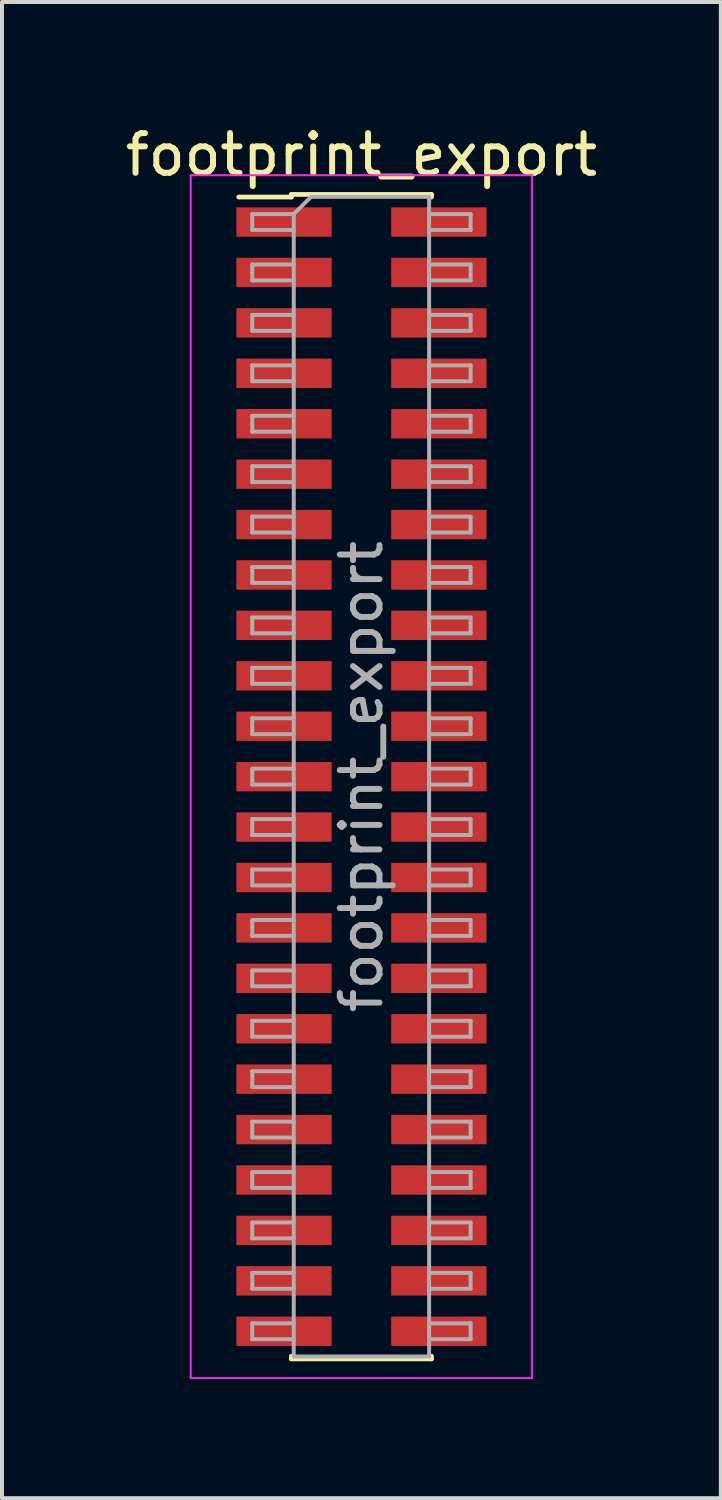
<source format=kicad_pcb>
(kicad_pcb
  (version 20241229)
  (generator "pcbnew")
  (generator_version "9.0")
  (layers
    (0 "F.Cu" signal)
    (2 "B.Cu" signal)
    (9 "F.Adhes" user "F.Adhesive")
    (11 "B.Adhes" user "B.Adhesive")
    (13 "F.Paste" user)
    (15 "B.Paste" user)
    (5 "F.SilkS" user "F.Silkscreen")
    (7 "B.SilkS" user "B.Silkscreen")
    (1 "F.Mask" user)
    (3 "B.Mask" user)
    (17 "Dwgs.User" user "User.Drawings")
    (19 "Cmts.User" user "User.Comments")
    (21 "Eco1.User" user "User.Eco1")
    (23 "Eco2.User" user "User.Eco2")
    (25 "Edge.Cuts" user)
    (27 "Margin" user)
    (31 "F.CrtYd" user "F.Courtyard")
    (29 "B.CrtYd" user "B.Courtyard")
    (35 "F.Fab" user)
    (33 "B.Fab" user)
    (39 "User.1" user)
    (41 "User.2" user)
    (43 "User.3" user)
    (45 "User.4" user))
  (footprint "footprint_export"
    (layer "F.Cu")
    (at 6.054 16.513)
    (property "Reference" "footprint_export" (at 0 -15.665 0) (layer "F.SilkS") (effects (font (size 1 1) (thickness 0.15))))
    (attr smd)
    (fp_line (start -3.09 -14.6) (end -1.765 -14.6) (stroke (width 0.12) (type solid)) (layer "F.SilkS"))
    (fp_line (start -1.765 -14.665) (end -1.765 -14.6) (stroke (width 0.12) (type solid)) (layer "F.SilkS"))
    (fp_line (start -1.765 -14.665) (end 1.765 -14.665) (stroke (width 0.12) (type solid)) (layer "F.SilkS"))
    (fp_line (start -1.765 14.6) (end -1.765 14.665) (stroke (width 0.12) (type solid)) (layer "F.SilkS"))
    (fp_line (start -1.765 14.665) (end 1.765 14.665) (stroke (width 0.12) (type solid)) (layer "F.SilkS"))
    (fp_line (start 1.765 -14.665) (end 1.765 -14.6) (stroke (width 0.12) (type solid)) (layer "F.SilkS"))
    (fp_line (start 1.765 14.6) (end 1.765 14.665) (stroke (width 0.12) (type solid)) (layer "F.SilkS"))
    (fp_line (start -4.3 -15.15) (end -4.3 15.15) (stroke (width 0.05) (type solid)) (layer "F.CrtYd"))
    (fp_line (start -4.3 15.15) (end 4.3 15.15) (stroke (width 0.05) (type solid)) (layer "F.CrtYd"))
    (fp_line (start 4.3 -15.15) (end -4.3 -15.15) (stroke (width 0.05) (type solid)) (layer "F.CrtYd"))
    (fp_line (start 4.3 15.15) (end 4.3 -15.15) (stroke (width 0.05) (type solid)) (layer "F.CrtYd"))
    (fp_line (start -2.75 -14.17) (end -2.75 -13.77) (stroke (width 0.1) (type solid)) (layer "F.Fab"))
    (fp_line (start -2.75 -13.77) (end -1.705 -13.77) (stroke (width 0.1) (type solid)) (layer "F.Fab"))
    (fp_line (start -2.75 -12.9) (end -2.75 -12.5) (stroke (width 0.1) (type solid)) (layer "F.Fab"))
    (fp_line (start -2.75 -12.5) (end -1.705 -12.5) (stroke (width 0.1) (type solid)) (layer "F.Fab"))
    (fp_line (start -2.75 -11.63) (end -2.75 -11.23) (stroke (width 0.1) (type solid)) (layer "F.Fab"))
    (fp_line (start -2.75 -11.23) (end -1.705 -11.23) (stroke (width 0.1) (type solid)) (layer "F.Fab"))
    (fp_line (start -2.75 -10.36) (end -2.75 -9.96) (stroke (width 0.1) (type solid)) (layer "F.Fab"))
    (fp_line (start -2.75 -9.96) (end -1.705 -9.96) (stroke (width 0.1) (type solid)) (layer "F.Fab"))
    (fp_line (start -2.75 -9.09) (end -2.75 -8.69) (stroke (width 0.1) (type solid)) (layer "F.Fab"))
    (fp_line (start -2.75 -8.69) (end -1.705 -8.69) (stroke (width 0.1) (type solid)) (layer "F.Fab"))
    (fp_line (start -2.75 -7.82) (end -2.75 -7.42) (stroke (width 0.1) (type solid)) (layer "F.Fab"))
    (fp_line (start -2.75 -7.42) (end -1.705 -7.42) (stroke (width 0.1) (type solid)) (layer "F.Fab"))
    (fp_line (start -2.75 -6.55) (end -2.75 -6.15) (stroke (width 0.1) (type solid)) (layer "F.Fab"))
    (fp_line (start -2.75 -6.15) (end -1.705 -6.15) (stroke (width 0.1) (type solid)) (layer "F.Fab"))
    (fp_line (start -2.75 -5.28) (end -2.75 -4.88) (stroke (width 0.1) (type solid)) (layer "F.Fab"))
    (fp_line (start -2.75 -4.88) (end -1.705 -4.88) (stroke (width 0.1) (type solid)) (layer "F.Fab"))
    (fp_line (start -2.75 -4.01) (end -2.75 -3.61) (stroke (width 0.1) (type solid)) (layer "F.Fab"))
    (fp_line (start -2.75 -3.61) (end -1.705 -3.61) (stroke (width 0.1) (type solid)) (layer "F.Fab"))
    (fp_line (start -2.75 -2.74) (end -2.75 -2.34) (stroke (width 0.1) (type solid)) (layer "F.Fab"))
    (fp_line (start -2.75 -2.34) (end -1.705 -2.34) (stroke (width 0.1) (type solid)) (layer "F.Fab"))
    (fp_line (start -2.75 -1.47) (end -2.75 -1.07) (stroke (width 0.1) (type solid)) (layer "F.Fab"))
    (fp_line (start -2.75 -1.07) (end -1.705 -1.07) (stroke (width 0.1) (type solid)) (layer "F.Fab"))
    (fp_line (start -2.75 -0.2) (end -2.75 0.2) (stroke (width 0.1) (type solid)) (layer "F.Fab"))
    (fp_line (start -2.75 0.2) (end -1.705 0.2) (stroke (width 0.1) (type solid)) (layer "F.Fab"))
    (fp_line (start -2.75 1.07) (end -2.75 1.47) (stroke (width 0.1) (type solid)) (layer "F.Fab"))
    (fp_line (start -2.75 1.47) (end -1.705 1.47) (stroke (width 0.1) (type solid)) (layer "F.Fab"))
    (fp_line (start -2.75 2.34) (end -2.75 2.74) (stroke (width 0.1) (type solid)) (layer "F.Fab"))
    (fp_line (start -2.75 2.74) (end -1.705 2.74) (stroke (width 0.1) (type solid)) (layer "F.Fab"))
    (fp_line (start -2.75 3.61) (end -2.75 4.01) (stroke (width 0.1) (type solid)) (layer "F.Fab"))
    (fp_line (start -2.75 4.01) (end -1.705 4.01) (stroke (width 0.1) (type solid)) (layer "F.Fab"))
    (fp_line (start -2.75 4.88) (end -2.75 5.28) (stroke (width 0.1) (type solid)) (layer "F.Fab"))
    (fp_line (start -2.75 5.28) (end -1.705 5.28) (stroke (width 0.1) (type solid)) (layer "F.Fab"))
    (fp_line (start -2.75 6.15) (end -2.75 6.55) (stroke (width 0.1) (type solid)) (layer "F.Fab"))
    (fp_line (start -2.75 6.55) (end -1.705 6.55) (stroke (width 0.1) (type solid)) (layer "F.Fab"))
    (fp_line (start -2.75 7.42) (end -2.75 7.82) (stroke (width 0.1) (type solid)) (layer "F.Fab"))
    (fp_line (start -2.75 7.82) (end -1.705 7.82) (stroke (width 0.1) (type solid)) (layer "F.Fab"))
    (fp_line (start -2.75 8.69) (end -2.75 9.09) (stroke (width 0.1) (type solid)) (layer "F.Fab"))
    (fp_line (start -2.75 9.09) (end -1.705 9.09) (stroke (width 0.1) (type solid)) (layer "F.Fab"))
    (fp_line (start -2.75 9.96) (end -2.75 10.36) (stroke (width 0.1) (type solid)) (layer "F.Fab"))
    (fp_line (start -2.75 10.36) (end -1.705 10.36) (stroke (width 0.1) (type solid)) (layer "F.Fab"))
    (fp_line (start -2.75 11.23) (end -2.75 11.63) (stroke (width 0.1) (type solid)) (layer "F.Fab"))
    (fp_line (start -2.75 11.63) (end -1.705 11.63) (stroke (width 0.1) (type solid)) (layer "F.Fab"))
    (fp_line (start -2.75 12.5) (end -2.75 12.9) (stroke (width 0.1) (type solid)) (layer "F.Fab"))
    (fp_line (start -2.75 12.9) (end -1.705 12.9) (stroke (width 0.1) (type solid)) (layer "F.Fab"))
    (fp_line (start -2.75 13.77) (end -2.75 14.17) (stroke (width 0.1) (type solid)) (layer "F.Fab"))
    (fp_line (start -2.75 14.17) (end -1.705 14.17) (stroke (width 0.1) (type solid)) (layer "F.Fab"))
    (fp_line (start -1.705 -14.17) (end -2.75 -14.17) (stroke (width 0.1) (type solid)) (layer "F.Fab"))
    (fp_line (start -1.705 -14.17) (end -1.27 -14.605) (stroke (width 0.1) (type solid)) (layer "F.Fab"))
    (fp_line (start -1.705 -12.9) (end -2.75 -12.9) (stroke (width 0.1) (type solid)) (layer "F.Fab"))
    (fp_line (start -1.705 -11.63) (end -2.75 -11.63) (stroke (width 0.1) (type solid)) (layer "F.Fab"))
    (fp_line (start -1.705 -10.36) (end -2.75 -10.36) (stroke (width 0.1) (type solid)) (layer "F.Fab"))
    (fp_line (start -1.705 -9.09) (end -2.75 -9.09) (stroke (width 0.1) (type solid)) (layer "F.Fab"))
    (fp_line (start -1.705 -7.82) (end -2.75 -7.82) (stroke (width 0.1) (type solid)) (layer "F.Fab"))
    (fp_line (start -1.705 -6.55) (end -2.75 -6.55) (stroke (width 0.1) (type solid)) (layer "F.Fab"))
    (fp_line (start -1.705 -5.28) (end -2.75 -5.28) (stroke (width 0.1) (type solid)) (layer "F.Fab"))
    (fp_line (start -1.705 -4.01) (end -2.75 -4.01) (stroke (width 0.1) (type solid)) (layer "F.Fab"))
    (fp_line (start -1.705 -2.74) (end -2.75 -2.74) (stroke (width 0.1) (type solid)) (layer "F.Fab"))
    (fp_line (start -1.705 -1.47) (end -2.75 -1.47) (stroke (width 0.1) (type solid)) (layer "F.Fab"))
    (fp_line (start -1.705 -0.2) (end -2.75 -0.2) (stroke (width 0.1) (type solid)) (layer "F.Fab"))
    (fp_line (start -1.705 1.07) (end -2.75 1.07) (stroke (width 0.1) (type solid)) (layer "F.Fab"))
    (fp_line (start -1.705 2.34) (end -2.75 2.34) (stroke (width 0.1) (type solid)) (layer "F.Fab"))
    (fp_line (start -1.705 3.61) (end -2.75 3.61) (stroke (width 0.1) (type solid)) (layer "F.Fab"))
    (fp_line (start -1.705 4.88) (end -2.75 4.88) (stroke (width 0.1) (type solid)) (layer "F.Fab"))
    (fp_line (start -1.705 6.15) (end -2.75 6.15) (stroke (width 0.1) (type solid)) (layer "F.Fab"))
    (fp_line (start -1.705 7.42) (end -2.75 7.42) (stroke (width 0.1) (type solid)) (layer "F.Fab"))
    (fp_line (start -1.705 8.69) (end -2.75 8.69) (stroke (width 0.1) (type solid)) (layer "F.Fab"))
    (fp_line (start -1.705 9.96) (end -2.75 9.96) (stroke (width 0.1) (type solid)) (layer "F.Fab"))
    (fp_line (start -1.705 11.23) (end -2.75 11.23) (stroke (width 0.1) (type solid)) (layer "F.Fab"))
    (fp_line (start -1.705 12.5) (end -2.75 12.5) (stroke (width 0.1) (type solid)) (layer "F.Fab"))
    (fp_line (start -1.705 13.77) (end -2.75 13.77) (stroke (width 0.1) (type solid)) (layer "F.Fab"))
    (fp_line (start -1.705 14.605) (end -1.705 -14.17) (stroke (width 0.1) (type solid)) (layer "F.Fab"))
    (fp_line (start -1.27 -14.605) (end 1.705 -14.605) (stroke (width 0.1) (type solid)) (layer "F.Fab"))
    (fp_line (start 1.705 -14.605) (end 1.705 14.605) (stroke (width 0.1) (type solid)) (layer "F.Fab"))
    (fp_line (start 1.705 -14.17) (end 2.75 -14.17) (stroke (width 0.1) (type solid)) (layer "F.Fab"))
    (fp_line (start 1.705 -12.9) (end 2.75 -12.9) (stroke (width 0.1) (type solid)) (layer "F.Fab"))
    (fp_line (start 1.705 -11.63) (end 2.75 -11.63) (stroke (width 0.1) (type solid)) (layer "F.Fab"))
    (fp_line (start 1.705 -10.36) (end 2.75 -10.36) (stroke (width 0.1) (type solid)) (layer "F.Fab"))
    (fp_line (start 1.705 -9.09) (end 2.75 -9.09) (stroke (width 0.1) (type solid)) (layer "F.Fab"))
    (fp_line (start 1.705 -7.82) (end 2.75 -7.82) (stroke (width 0.1) (type solid)) (layer "F.Fab"))
    (fp_line (start 1.705 -6.55) (end 2.75 -6.55) (stroke (width 0.1) (type solid)) (layer "F.Fab"))
    (fp_line (start 1.705 -5.28) (end 2.75 -5.28) (stroke (width 0.1) (type solid)) (layer "F.Fab"))
    (fp_line (start 1.705 -4.01) (end 2.75 -4.01) (stroke (width 0.1) (type solid)) (layer "F.Fab"))
    (fp_line (start 1.705 -2.74) (end 2.75 -2.74) (stroke (width 0.1) (type solid)) (layer "F.Fab"))
    (fp_line (start 1.705 -1.47) (end 2.75 -1.47) (stroke (width 0.1) (type solid)) (layer "F.Fab"))
    (fp_line (start 1.705 -0.2) (end 2.75 -0.2) (stroke (width 0.1) (type solid)) (layer "F.Fab"))
    (fp_line (start 1.705 1.07) (end 2.75 1.07) (stroke (width 0.1) (type solid)) (layer "F.Fab"))
    (fp_line (start 1.705 2.34) (end 2.75 2.34) (stroke (width 0.1) (type solid)) (layer "F.Fab"))
    (fp_line (start 1.705 3.61) (end 2.75 3.61) (stroke (width 0.1) (type solid)) (layer "F.Fab"))
    (fp_line (start 1.705 4.88) (end 2.75 4.88) (stroke (width 0.1) (type solid)) (layer "F.Fab"))
    (fp_line (start 1.705 6.15) (end 2.75 6.15) (stroke (width 0.1) (type solid)) (layer "F.Fab"))
    (fp_line (start 1.705 7.42) (end 2.75 7.42) (stroke (width 0.1) (type solid)) (layer "F.Fab"))
    (fp_line (start 1.705 8.69) (end 2.75 8.69) (stroke (width 0.1) (type solid)) (layer "F.Fab"))
    (fp_line (start 1.705 9.96) (end 2.75 9.96) (stroke (width 0.1) (type solid)) (layer "F.Fab"))
    (fp_line (start 1.705 11.23) (end 2.75 11.23) (stroke (width 0.1) (type solid)) (layer "F.Fab"))
    (fp_line (start 1.705 12.5) (end 2.75 12.5) (stroke (width 0.1) (type solid)) (layer "F.Fab"))
    (fp_line (start 1.705 13.77) (end 2.75 13.77) (stroke (width 0.1) (type solid)) (layer "F.Fab"))
    (fp_line (start 1.705 14.605) (end -1.705 14.605) (stroke (width 0.1) (type solid)) (layer "F.Fab"))
    (fp_line (start 2.75 -14.17) (end 2.75 -13.77) (stroke (width 0.1) (type solid)) (layer "F.Fab"))
    (fp_line (start 2.75 -13.77) (end 1.705 -13.77) (stroke (width 0.1) (type solid)) (layer "F.Fab"))
    (fp_line (start 2.75 -12.9) (end 2.75 -12.5) (stroke (width 0.1) (type solid)) (layer "F.Fab"))
    (fp_line (start 2.75 -12.5) (end 1.705 -12.5) (stroke (width 0.1) (type solid)) (layer "F.Fab"))
    (fp_line (start 2.75 -11.63) (end 2.75 -11.23) (stroke (width 0.1) (type solid)) (layer "F.Fab"))
    (fp_line (start 2.75 -11.23) (end 1.705 -11.23) (stroke (width 0.1) (type solid)) (layer "F.Fab"))
    (fp_line (start 2.75 -10.36) (end 2.75 -9.96) (stroke (width 0.1) (type solid)) (layer "F.Fab"))
    (fp_line (start 2.75 -9.96) (end 1.705 -9.96) (stroke (width 0.1) (type solid)) (layer "F.Fab"))
    (fp_line (start 2.75 -9.09) (end 2.75 -8.69) (stroke (width 0.1) (type solid)) (layer "F.Fab"))
    (fp_line (start 2.75 -8.69) (end 1.705 -8.69) (stroke (width 0.1) (type solid)) (layer "F.Fab"))
    (fp_line (start 2.75 -7.82) (end 2.75 -7.42) (stroke (width 0.1) (type solid)) (layer "F.Fab"))
    (fp_line (start 2.75 -7.42) (end 1.705 -7.42) (stroke (width 0.1) (type solid)) (layer "F.Fab"))
    (fp_line (start 2.75 -6.55) (end 2.75 -6.15) (stroke (width 0.1) (type solid)) (layer "F.Fab"))
    (fp_line (start 2.75 -6.15) (end 1.705 -6.15) (stroke (width 0.1) (type solid)) (layer "F.Fab"))
    (fp_line (start 2.75 -5.28) (end 2.75 -4.88) (stroke (width 0.1) (type solid)) (layer "F.Fab"))
    (fp_line (start 2.75 -4.88) (end 1.705 -4.88) (stroke (width 0.1) (type solid)) (layer "F.Fab"))
    (fp_line (start 2.75 -4.01) (end 2.75 -3.61) (stroke (width 0.1) (type solid)) (layer "F.Fab"))
    (fp_line (start 2.75 -3.61) (end 1.705 -3.61) (stroke (width 0.1) (type solid)) (layer "F.Fab"))
    (fp_line (start 2.75 -2.74) (end 2.75 -2.34) (stroke (width 0.1) (type solid)) (layer "F.Fab"))
    (fp_line (start 2.75 -2.34) (end 1.705 -2.34) (stroke (width 0.1) (type solid)) (layer "F.Fab"))
    (fp_line (start 2.75 -1.47) (end 2.75 -1.07) (stroke (width 0.1) (type solid)) (layer "F.Fab"))
    (fp_line (start 2.75 -1.07) (end 1.705 -1.07) (stroke (width 0.1) (type solid)) (layer "F.Fab"))
    (fp_line (start 2.75 -0.2) (end 2.75 0.2) (stroke (width 0.1) (type solid)) (layer "F.Fab"))
    (fp_line (start 2.75 0.2) (end 1.705 0.2) (stroke (width 0.1) (type solid)) (layer "F.Fab"))
    (fp_line (start 2.75 1.07) (end 2.75 1.47) (stroke (width 0.1) (type solid)) (layer "F.Fab"))
    (fp_line (start 2.75 1.47) (end 1.705 1.47) (stroke (width 0.1) (type solid)) (layer "F.Fab"))
    (fp_line (start 2.75 2.34) (end 2.75 2.74) (stroke (width 0.1) (type solid)) (layer "F.Fab"))
    (fp_line (start 2.75 2.74) (end 1.705 2.74) (stroke (width 0.1) (type solid)) (layer "F.Fab"))
    (fp_line (start 2.75 3.61) (end 2.75 4.01) (stroke (width 0.1) (type solid)) (layer "F.Fab"))
    (fp_line (start 2.75 4.01) (end 1.705 4.01) (stroke (width 0.1) (type solid)) (layer "F.Fab"))
    (fp_line (start 2.75 4.88) (end 2.75 5.28) (stroke (width 0.1) (type solid)) (layer "F.Fab"))
    (fp_line (start 2.75 5.28) (end 1.705 5.28) (stroke (width 0.1) (type solid)) (layer "F.Fab"))
    (fp_line (start 2.75 6.15) (end 2.75 6.55) (stroke (width 0.1) (type solid)) (layer "F.Fab"))
    (fp_line (start 2.75 6.55) (end 1.705 6.55) (stroke (width 0.1) (type solid)) (layer "F.Fab"))
    (fp_line (start 2.75 7.42) (end 2.75 7.82) (stroke (width 0.1) (type solid)) (layer "F.Fab"))
    (fp_line (start 2.75 7.82) (end 1.705 7.82) (stroke (width 0.1) (type solid)) (layer "F.Fab"))
    (fp_line (start 2.75 8.69) (end 2.75 9.09) (stroke (width 0.1) (type solid)) (layer "F.Fab"))
    (fp_line (start 2.75 9.09) (end 1.705 9.09) (stroke (width 0.1) (type solid)) (layer "F.Fab"))
    (fp_line (start 2.75 9.96) (end 2.75 10.36) (stroke (width 0.1) (type solid)) (layer "F.Fab"))
    (fp_line (start 2.75 10.36) (end 1.705 10.36) (stroke (width 0.1) (type solid)) (layer "F.Fab"))
    (fp_line (start 2.75 11.23) (end 2.75 11.63) (stroke (width 0.1) (type solid)) (layer "F.Fab"))
    (fp_line (start 2.75 11.63) (end 1.705 11.63) (stroke (width 0.1) (type solid)) (layer "F.Fab"))
    (fp_line (start 2.75 12.5) (end 2.75 12.9) (stroke (width 0.1) (type solid)) (layer "F.Fab"))
    (fp_line (start 2.75 12.9) (end 1.705 12.9) (stroke (width 0.1) (type solid)) (layer "F.Fab"))
    (fp_line (start 2.75 13.77) (end 2.75 14.17) (stroke (width 0.1) (type solid)) (layer "F.Fab"))
    (fp_line (start 2.75 14.17) (end 1.705 14.17) (stroke (width 0.1) (type solid)) (layer "F.Fab"))
    (fp_text user "${REFERENCE}" (at 0 0 90) (layer "F.Fab") (effects (font (size 1 1) (thickness 0.15))))
    (pad "1" smd rect (at -1.95 -13.97) (size 2.4 0.74) (layers "F.Cu" "F.Mask" "F.Paste"))
    (pad "2" smd rect (at 1.95 -13.97) (size 2.4 0.74) (layers "F.Cu" "F.Mask" "F.Paste"))
    (pad "3" smd rect (at -1.95 -12.7) (size 2.4 0.74) (layers "F.Cu" "F.Mask" "F.Paste"))
    (pad "4" smd rect (at 1.95 -12.7) (size 2.4 0.74) (layers "F.Cu" "F.Mask" "F.Paste"))
    (pad "5" smd rect (at -1.95 -11.43) (size 2.4 0.74) (layers "F.Cu" "F.Mask" "F.Paste"))
    (pad "6" smd rect (at 1.95 -11.43) (size 2.4 0.74) (layers "F.Cu" "F.Mask" "F.Paste"))
    (pad "7" smd rect (at -1.95 -10.16) (size 2.4 0.74) (layers "F.Cu" "F.Mask" "F.Paste"))
    (pad "8" smd rect (at 1.95 -10.16) (size 2.4 0.74) (layers "F.Cu" "F.Mask" "F.Paste"))
    (pad "9" smd rect (at -1.95 -8.89) (size 2.4 0.74) (layers "F.Cu" "F.Mask" "F.Paste"))
    (pad "10" smd rect (at 1.95 -8.89) (size 2.4 0.74) (layers "F.Cu" "F.Mask" "F.Paste"))
    (pad "11" smd rect (at -1.95 -7.62) (size 2.4 0.74) (layers "F.Cu" "F.Mask" "F.Paste"))
    (pad "12" smd rect (at 1.95 -7.62) (size 2.4 0.74) (layers "F.Cu" "F.Mask" "F.Paste"))
    (pad "13" smd rect (at -1.95 -6.35) (size 2.4 0.74) (layers "F.Cu" "F.Mask" "F.Paste"))
    (pad "14" smd rect (at 1.95 -6.35) (size 2.4 0.74) (layers "F.Cu" "F.Mask" "F.Paste"))
    (pad "15" smd rect (at -1.95 -5.08) (size 2.4 0.74) (layers "F.Cu" "F.Mask" "F.Paste"))
    (pad "16" smd rect (at 1.95 -5.08) (size 2.4 0.74) (layers "F.Cu" "F.Mask" "F.Paste"))
    (pad "17" smd rect (at -1.95 -3.81) (size 2.4 0.74) (layers "F.Cu" "F.Mask" "F.Paste"))
    (pad "18" smd rect (at 1.95 -3.81) (size 2.4 0.74) (layers "F.Cu" "F.Mask" "F.Paste"))
    (pad "19" smd rect (at -1.95 -2.54) (size 2.4 0.74) (layers "F.Cu" "F.Mask" "F.Paste"))
    (pad "20" smd rect (at 1.95 -2.54) (size 2.4 0.74) (layers "F.Cu" "F.Mask" "F.Paste"))
    (pad "21" smd rect (at -1.95 -1.27) (size 2.4 0.74) (layers "F.Cu" "F.Mask" "F.Paste"))
    (pad "22" smd rect (at 1.95 -1.27) (size 2.4 0.74) (layers "F.Cu" "F.Mask" "F.Paste"))
    (pad "23" smd rect (at -1.95 0) (size 2.4 0.74) (layers "F.Cu" "F.Mask" "F.Paste"))
    (pad "24" smd rect (at 1.95 0) (size 2.4 0.74) (layers "F.Cu" "F.Mask" "F.Paste"))
    (pad "25" smd rect (at -1.95 1.27) (size 2.4 0.74) (layers "F.Cu" "F.Mask" "F.Paste"))
    (pad "26" smd rect (at 1.95 1.27) (size 2.4 0.74) (layers "F.Cu" "F.Mask" "F.Paste"))
    (pad "27" smd rect (at -1.95 2.54) (size 2.4 0.74) (layers "F.Cu" "F.Mask" "F.Paste"))
    (pad "28" smd rect (at 1.95 2.54) (size 2.4 0.74) (layers "F.Cu" "F.Mask" "F.Paste"))
    (pad "29" smd rect (at -1.95 3.81) (size 2.4 0.74) (layers "F.Cu" "F.Mask" "F.Paste"))
    (pad "30" smd rect (at 1.95 3.81) (size 2.4 0.74) (layers "F.Cu" "F.Mask" "F.Paste"))
    (pad "31" smd rect (at -1.95 5.08) (size 2.4 0.74) (layers "F.Cu" "F.Mask" "F.Paste"))
    (pad "32" smd rect (at 1.95 5.08) (size 2.4 0.74) (layers "F.Cu" "F.Mask" "F.Paste"))
    (pad "33" smd rect (at -1.95 6.35) (size 2.4 0.74) (layers "F.Cu" "F.Mask" "F.Paste"))
    (pad "34" smd rect (at 1.95 6.35) (size 2.4 0.74) (layers "F.Cu" "F.Mask" "F.Paste"))
    (pad "35" smd rect (at -1.95 7.62) (size 2.4 0.74) (layers "F.Cu" "F.Mask" "F.Paste"))
    (pad "36" smd rect (at 1.95 7.62) (size 2.4 0.74) (layers "F.Cu" "F.Mask" "F.Paste"))
    (pad "37" smd rect (at -1.95 8.89) (size 2.4 0.74) (layers "F.Cu" "F.Mask" "F.Paste"))
    (pad "38" smd rect (at 1.95 8.89) (size 2.4 0.74) (layers "F.Cu" "F.Mask" "F.Paste"))
    (pad "39" smd rect (at -1.95 10.16) (size 2.4 0.74) (layers "F.Cu" "F.Mask" "F.Paste"))
    (pad "40" smd rect (at 1.95 10.16) (size 2.4 0.74) (layers "F.Cu" "F.Mask" "F.Paste"))
    (pad "41" smd rect (at -1.95 11.43) (size 2.4 0.74) (layers "F.Cu" "F.Mask" "F.Paste"))
    (pad "42" smd rect (at 1.95 11.43) (size 2.4 0.74) (layers "F.Cu" "F.Mask" "F.Paste"))
    (pad "43" smd rect (at -1.95 12.7) (size 2.4 0.74) (layers "F.Cu" "F.Mask" "F.Paste"))
    (pad "44" smd rect (at 1.95 12.7) (size 2.4 0.74) (layers "F.Cu" "F.Mask" "F.Paste"))
    (pad "45" smd rect (at -1.95 13.97) (size 2.4 0.74) (layers "F.Cu" "F.Mask" "F.Paste"))
    (pad "46" smd rect (at 1.95 13.97) (size 2.4 0.74) (layers "F.Cu" "F.Mask" "F.Paste")))
  (gr_rect
    (start -3 -3)
    (end 15.107 34.688)
    (stroke (width 0.1) (type default))
    (fill no)
    (layer "Edge.Cuts")))
</source>
